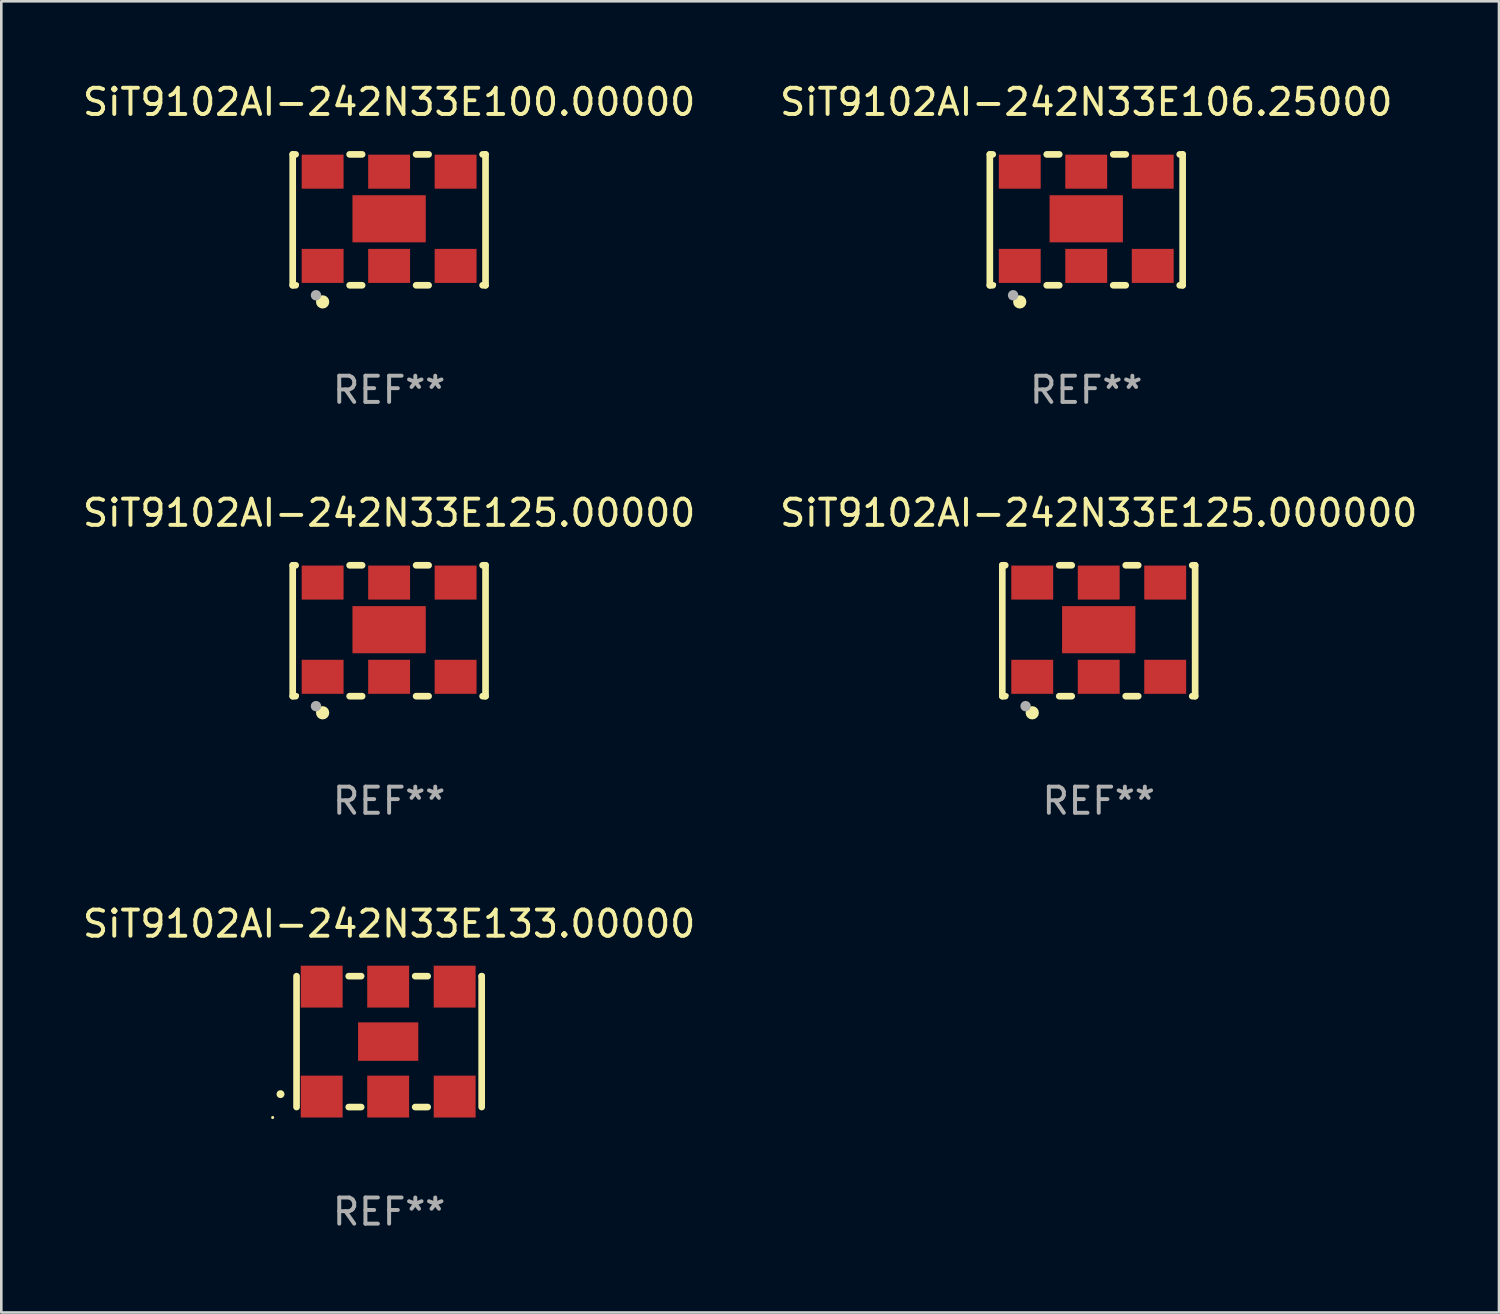
<source format=kicad_pcb>
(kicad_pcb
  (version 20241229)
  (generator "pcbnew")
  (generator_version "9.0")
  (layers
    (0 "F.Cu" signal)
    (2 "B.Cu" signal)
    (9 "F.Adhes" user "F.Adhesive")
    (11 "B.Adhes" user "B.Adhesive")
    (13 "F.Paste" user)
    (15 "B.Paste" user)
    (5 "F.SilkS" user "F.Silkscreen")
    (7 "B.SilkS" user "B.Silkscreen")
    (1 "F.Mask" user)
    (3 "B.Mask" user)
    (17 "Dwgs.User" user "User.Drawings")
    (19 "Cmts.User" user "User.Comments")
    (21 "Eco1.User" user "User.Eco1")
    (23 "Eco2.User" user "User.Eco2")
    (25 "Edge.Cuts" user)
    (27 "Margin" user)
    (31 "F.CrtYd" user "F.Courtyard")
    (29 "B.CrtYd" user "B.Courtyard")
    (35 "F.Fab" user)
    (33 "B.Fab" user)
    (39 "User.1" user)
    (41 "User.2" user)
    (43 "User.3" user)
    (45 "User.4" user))
  (footprint "SiT9102AI-242N33E106.25000"
    (layer "F.Cu")
    (at 38.446 5.348)
    (property "Reference" "SiT9102AI-242N33E106.25000" (at 0 -4.5 0) (layer "F.SilkS") (effects (font (size 1 1) (thickness 0.15))))
    (attr through_hole)
    (fp_line (start -3.683 -2.5) (end -3.571 -2.5) (stroke (width 0.254) (type solid)) (layer "F.SilkS"))
    (fp_line (start -3.683 2.5) (end -3.683 -2.5) (stroke (width 0.254) (type solid)) (layer "F.SilkS"))
    (fp_line (start -3.683 2.5) (end -3.571 2.5) (stroke (width 0.254) (type solid)) (layer "F.SilkS"))
    (fp_line (start -1.509 -2.5) (end -1.031 -2.5) (stroke (width 0.254) (type solid)) (layer "F.SilkS"))
    (fp_line (start -1.509 2.5) (end -1.031 2.5) (stroke (width 0.254) (type solid)) (layer "F.SilkS"))
    (fp_line (start 1.031 -2.5) (end 1.509 -2.5) (stroke (width 0.254) (type solid)) (layer "F.SilkS"))
    (fp_line (start 1.031 2.5) (end 1.509 2.5) (stroke (width 0.254) (type solid)) (layer "F.SilkS"))
    (fp_line (start 3.571 -2.5) (end 3.683 -2.5) (stroke (width 0.254) (type solid)) (layer "F.SilkS"))
    (fp_line (start 3.571 2.5) (end 3.683 2.5) (stroke (width 0.254) (type solid)) (layer "F.SilkS"))
    (fp_line (start 3.683 2.5) (end 3.683 -2.5) (stroke (width 0.254) (type solid)) (layer "F.SilkS"))
    (fp_circle (center -3.5 2.46) (end -3.47 2.46) (stroke (width 0.06) (type solid)) (fill no) (layer "F.SilkS"))
    (fp_circle (center -2.54 3.135) (end -2.413 3.135) (stroke (width 0.254) (type solid)) (fill no) (layer "F.SilkS"))
    (fp_circle (center -2.794 2.881) (end -2.694 2.881) (stroke (width 0.2) (type solid)) (fill no) (layer "F.Fab"))
    (fp_text user "REF**" (at 0 6.5 0) (layer "F.Fab") (effects (font (size 1 1) (thickness 0.15))))
    (pad "1" smd rect (at -2.54 1.76) (size 1.6 1.3) (layers "F.Cu" "F.Mask" "F.Paste"))
    (pad "2" smd rect (at 0 1.76) (size 1.6 1.3) (layers "F.Cu" "F.Mask" "F.Paste"))
    (pad "3" smd rect (at 2.54 1.76) (size 1.6 1.3) (layers "F.Cu" "F.Mask" "F.Paste"))
    (pad "4" smd rect (at 2.54 -1.84) (size 1.6 1.3) (layers "F.Cu" "F.Mask" "F.Paste"))
    (pad "5" smd rect (at 0 -1.84) (size 1.6 1.3) (layers "F.Cu" "F.Mask" "F.Paste"))
    (pad "6" smd rect (at -2.54 -1.84) (size 1.6 1.3) (layers "F.Cu" "F.Mask" "F.Paste"))
    (pad "7" smd rect (at 0 -0.04) (size 2.8 1.8) (layers "F.Cu" "F.Mask" "F.Paste")))
  (footprint "SiT9102AI-242N33E133.00000"
    (layer "F.Cu")
    (at 11.815 36.741)
    (property "Reference" "SiT9102AI-242N33E133.00000" (at 0 -4.5 0) (layer "F.SilkS") (effects (font (size 1 1) (thickness 0.15))))
    (attr through_hole)
    (fp_line (start -3.536 -2.5) (end -3.536 2.5) (stroke (width 0.254) (type solid)) (layer "F.SilkS"))
    (fp_line (start -1.544 2.5) (end -1.067 2.5) (stroke (width 0.254) (type solid)) (layer "F.SilkS"))
    (fp_line (start -1.067 -2.5) (end -1.544 -2.5) (stroke (width 0.254) (type solid)) (layer "F.SilkS"))
    (fp_line (start 0.996 2.5) (end 1.473 2.5) (stroke (width 0.254) (type solid)) (layer "F.SilkS"))
    (fp_line (start 1.473 -2.5) (end 0.996 -2.5) (stroke (width 0.254) (type solid)) (layer "F.SilkS"))
    (fp_line (start 3.536 -2.5) (end 3.536 -2.5) (stroke (width 0.254) (type solid)) (layer "F.SilkS"))
    (fp_line (start 3.536 2.5) (end 3.536 -2.5) (stroke (width 0.254) (type solid)) (layer "F.SilkS"))
    (fp_arc (start -4.150432 2.006604) (mid -4.149162 2.006599) (end -4.147892 2.006604) (stroke (width 0.3) (type solid)) (layer "F.SilkS"))
    (fp_circle (center -4.449 2.9) (end -4.419 2.9) (stroke (width 0.06) (type solid)) (fill no) (layer "F.SilkS"))
    (fp_text user "REF**" (at 0 6.5 0) (layer "F.Fab") (effects (font (size 1 1) (thickness 0.15))))
    (pad "1" smd rect (at -2.576 2.1) (size 1.6 1.6) (layers "F.Cu" "F.Mask" "F.Paste"))
    (pad "2" smd rect (at -0.036 2.1) (size 1.6 1.6) (layers "F.Cu" "F.Mask" "F.Paste"))
    (pad "3" smd rect (at 2.504 2.1) (size 1.6 1.6) (layers "F.Cu" "F.Mask" "F.Paste"))
    (pad "4" smd rect (at 2.504 -2.1) (size 1.6 1.6) (layers "F.Cu" "F.Mask" "F.Paste"))
    (pad "5" smd rect (at -0.036 -2.1) (size 1.6 1.6) (layers "F.Cu" "F.Mask" "F.Paste"))
    (pad "6" smd rect (at -2.576 -2.1) (size 1.6 1.6) (layers "F.Cu" "F.Mask" "F.Paste"))
    (pad "7" smd rect (at -0.036 0) (size 2.3 1.47) (layers "F.Cu" "F.Mask" "F.Paste")))
  (footprint "SiT9102AI-242N33E125.00000"
    (layer "F.Cu")
    (at 11.815 21.045)
    (property "Reference" "SiT9102AI-242N33E125.00000" (at 0 -4.5 0) (layer "F.SilkS") (effects (font (size 1 1) (thickness 0.15))))
    (attr through_hole)
    (fp_line (start -3.683 -2.5) (end -3.571 -2.5) (stroke (width 0.254) (type solid)) (layer "F.SilkS"))
    (fp_line (start -3.683 2.5) (end -3.683 -2.5) (stroke (width 0.254) (type solid)) (layer "F.SilkS"))
    (fp_line (start -3.683 2.5) (end -3.571 2.5) (stroke (width 0.254) (type solid)) (layer "F.SilkS"))
    (fp_line (start -1.509 -2.5) (end -1.031 -2.5) (stroke (width 0.254) (type solid)) (layer "F.SilkS"))
    (fp_line (start -1.509 2.5) (end -1.031 2.5) (stroke (width 0.254) (type solid)) (layer "F.SilkS"))
    (fp_line (start 1.031 -2.5) (end 1.509 -2.5) (stroke (width 0.254) (type solid)) (layer "F.SilkS"))
    (fp_line (start 1.031 2.5) (end 1.509 2.5) (stroke (width 0.254) (type solid)) (layer "F.SilkS"))
    (fp_line (start 3.571 -2.5) (end 3.683 -2.5) (stroke (width 0.254) (type solid)) (layer "F.SilkS"))
    (fp_line (start 3.571 2.5) (end 3.683 2.5) (stroke (width 0.254) (type solid)) (layer "F.SilkS"))
    (fp_line (start 3.683 2.5) (end 3.683 -2.5) (stroke (width 0.254) (type solid)) (layer "F.SilkS"))
    (fp_circle (center -3.5 2.46) (end -3.47 2.46) (stroke (width 0.06) (type solid)) (fill no) (layer "F.SilkS"))
    (fp_circle (center -2.54 3.135) (end -2.413 3.135) (stroke (width 0.254) (type solid)) (fill no) (layer "F.SilkS"))
    (fp_circle (center -2.794 2.881) (end -2.694 2.881) (stroke (width 0.2) (type solid)) (fill no) (layer "F.Fab"))
    (fp_text user "REF**" (at 0 6.5 0) (layer "F.Fab") (effects (font (size 1 1) (thickness 0.15))))
    (pad "1" smd rect (at -2.54 1.76) (size 1.6 1.3) (layers "F.Cu" "F.Mask" "F.Paste"))
    (pad "2" smd rect (at 0 1.76) (size 1.6 1.3) (layers "F.Cu" "F.Mask" "F.Paste"))
    (pad "3" smd rect (at 2.54 1.76) (size 1.6 1.3) (layers "F.Cu" "F.Mask" "F.Paste"))
    (pad "4" smd rect (at 2.54 -1.84) (size 1.6 1.3) (layers "F.Cu" "F.Mask" "F.Paste"))
    (pad "5" smd rect (at 0 -1.84) (size 1.6 1.3) (layers "F.Cu" "F.Mask" "F.Paste"))
    (pad "6" smd rect (at -2.54 -1.84) (size 1.6 1.3) (layers "F.Cu" "F.Mask" "F.Paste"))
    (pad "7" smd rect (at 0 -0.04) (size 2.8 1.8) (layers "F.Cu" "F.Mask" "F.Paste")))
  (footprint "SiT9102AI-242N33E125.000000"
    (layer "F.Cu")
    (at 38.923 21.045)
    (property "Reference" "SiT9102AI-242N33E125.000000" (at 0 -4.5 0) (layer "F.SilkS") (effects (font (size 1 1) (thickness 0.15))))
    (attr through_hole)
    (fp_line (start -3.683 -2.5) (end -3.571 -2.5) (stroke (width 0.254) (type solid)) (layer "F.SilkS"))
    (fp_line (start -3.683 2.5) (end -3.683 -2.5) (stroke (width 0.254) (type solid)) (layer "F.SilkS"))
    (fp_line (start -3.683 2.5) (end -3.571 2.5) (stroke (width 0.254) (type solid)) (layer "F.SilkS"))
    (fp_line (start -1.509 -2.5) (end -1.031 -2.5) (stroke (width 0.254) (type solid)) (layer "F.SilkS"))
    (fp_line (start -1.509 2.5) (end -1.031 2.5) (stroke (width 0.254) (type solid)) (layer "F.SilkS"))
    (fp_line (start 1.031 -2.5) (end 1.509 -2.5) (stroke (width 0.254) (type solid)) (layer "F.SilkS"))
    (fp_line (start 1.031 2.5) (end 1.509 2.5) (stroke (width 0.254) (type solid)) (layer "F.SilkS"))
    (fp_line (start 3.571 -2.5) (end 3.683 -2.5) (stroke (width 0.254) (type solid)) (layer "F.SilkS"))
    (fp_line (start 3.571 2.5) (end 3.683 2.5) (stroke (width 0.254) (type solid)) (layer "F.SilkS"))
    (fp_line (start 3.683 2.5) (end 3.683 -2.5) (stroke (width 0.254) (type solid)) (layer "F.SilkS"))
    (fp_circle (center -3.5 2.46) (end -3.47 2.46) (stroke (width 0.06) (type solid)) (fill no) (layer "F.SilkS"))
    (fp_circle (center -2.54 3.135) (end -2.413 3.135) (stroke (width 0.254) (type solid)) (fill no) (layer "F.SilkS"))
    (fp_circle (center -2.794 2.881) (end -2.694 2.881) (stroke (width 0.2) (type solid)) (fill no) (layer "F.Fab"))
    (fp_text user "REF**" (at 0 6.5 0) (layer "F.Fab") (effects (font (size 1 1) (thickness 0.15))))
    (pad "1" smd rect (at -2.54 1.76) (size 1.6 1.3) (layers "F.Cu" "F.Mask" "F.Paste"))
    (pad "2" smd rect (at 0 1.76) (size 1.6 1.3) (layers "F.Cu" "F.Mask" "F.Paste"))
    (pad "3" smd rect (at 2.54 1.76) (size 1.6 1.3) (layers "F.Cu" "F.Mask" "F.Paste"))
    (pad "4" smd rect (at 2.54 -1.84) (size 1.6 1.3) (layers "F.Cu" "F.Mask" "F.Paste"))
    (pad "5" smd rect (at 0 -1.84) (size 1.6 1.3) (layers "F.Cu" "F.Mask" "F.Paste"))
    (pad "6" smd rect (at -2.54 -1.84) (size 1.6 1.3) (layers "F.Cu" "F.Mask" "F.Paste"))
    (pad "7" smd rect (at 0 -0.04) (size 2.8 1.8) (layers "F.Cu" "F.Mask" "F.Paste")))
  (footprint "SiT9102AI-242N33E100.00000"
    (layer "F.Cu")
    (at 11.815 5.348)
    (property "Reference" "SiT9102AI-242N33E100.00000" (at 0 -4.5 0) (layer "F.SilkS") (effects (font (size 1 1) (thickness 0.15))))
    (attr through_hole)
    (fp_line (start -3.683 -2.5) (end -3.571 -2.5) (stroke (width 0.254) (type solid)) (layer "F.SilkS"))
    (fp_line (start -3.683 2.5) (end -3.683 -2.5) (stroke (width 0.254) (type solid)) (layer "F.SilkS"))
    (fp_line (start -3.683 2.5) (end -3.571 2.5) (stroke (width 0.254) (type solid)) (layer "F.SilkS"))
    (fp_line (start -1.509 -2.5) (end -1.031 -2.5) (stroke (width 0.254) (type solid)) (layer "F.SilkS"))
    (fp_line (start -1.509 2.5) (end -1.031 2.5) (stroke (width 0.254) (type solid)) (layer "F.SilkS"))
    (fp_line (start 1.031 -2.5) (end 1.509 -2.5) (stroke (width 0.254) (type solid)) (layer "F.SilkS"))
    (fp_line (start 1.031 2.5) (end 1.509 2.5) (stroke (width 0.254) (type solid)) (layer "F.SilkS"))
    (fp_line (start 3.571 -2.5) (end 3.683 -2.5) (stroke (width 0.254) (type solid)) (layer "F.SilkS"))
    (fp_line (start 3.571 2.5) (end 3.683 2.5) (stroke (width 0.254) (type solid)) (layer "F.SilkS"))
    (fp_line (start 3.683 2.5) (end 3.683 -2.5) (stroke (width 0.254) (type solid)) (layer "F.SilkS"))
    (fp_circle (center -3.5 2.46) (end -3.47 2.46) (stroke (width 0.06) (type solid)) (fill no) (layer "F.SilkS"))
    (fp_circle (center -2.54 3.135) (end -2.413 3.135) (stroke (width 0.254) (type solid)) (fill no) (layer "F.SilkS"))
    (fp_circle (center -2.794 2.881) (end -2.694 2.881) (stroke (width 0.2) (type solid)) (fill no) (layer "F.Fab"))
    (fp_text user "REF**" (at 0 6.5 0) (layer "F.Fab") (effects (font (size 1 1) (thickness 0.15))))
    (pad "1" smd rect (at -2.54 1.76) (size 1.6 1.3) (layers "F.Cu" "F.Mask" "F.Paste"))
    (pad "2" smd rect (at 0 1.76) (size 1.6 1.3) (layers "F.Cu" "F.Mask" "F.Paste"))
    (pad "3" smd rect (at 2.54 1.76) (size 1.6 1.3) (layers "F.Cu" "F.Mask" "F.Paste"))
    (pad "4" smd rect (at 2.54 -1.84) (size 1.6 1.3) (layers "F.Cu" "F.Mask" "F.Paste"))
    (pad "5" smd rect (at 0 -1.84) (size 1.6 1.3) (layers "F.Cu" "F.Mask" "F.Paste"))
    (pad "6" smd rect (at -2.54 -1.84) (size 1.6 1.3) (layers "F.Cu" "F.Mask" "F.Paste"))
    (pad "7" smd rect (at 0 -0.04) (size 2.8 1.8) (layers "F.Cu" "F.Mask" "F.Paste")))
  (gr_rect
    (start -3 -3)
    (end 54.214 47.09)
    (stroke (width 0.1) (type default))
    (fill no)
    (layer "Edge.Cuts")))
</source>
